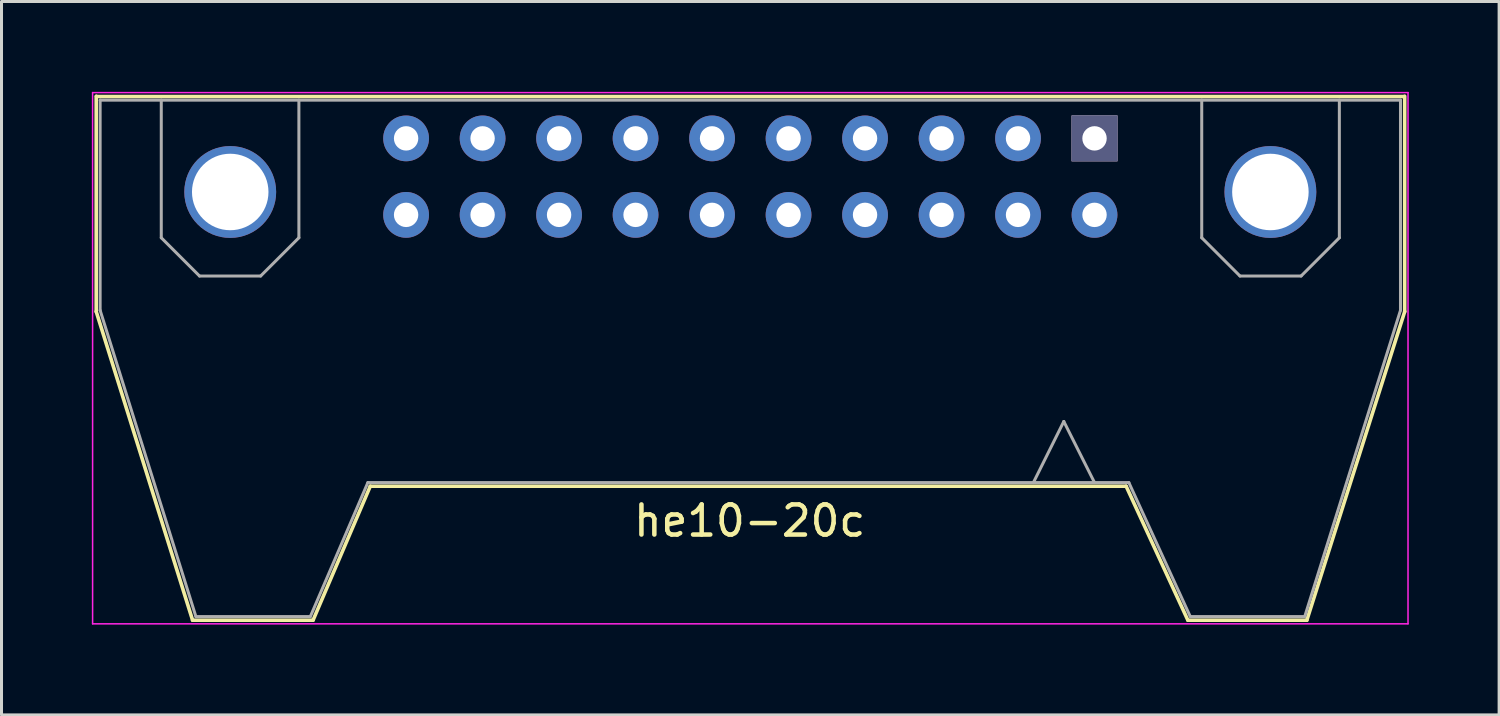
<source format=kicad_pcb>
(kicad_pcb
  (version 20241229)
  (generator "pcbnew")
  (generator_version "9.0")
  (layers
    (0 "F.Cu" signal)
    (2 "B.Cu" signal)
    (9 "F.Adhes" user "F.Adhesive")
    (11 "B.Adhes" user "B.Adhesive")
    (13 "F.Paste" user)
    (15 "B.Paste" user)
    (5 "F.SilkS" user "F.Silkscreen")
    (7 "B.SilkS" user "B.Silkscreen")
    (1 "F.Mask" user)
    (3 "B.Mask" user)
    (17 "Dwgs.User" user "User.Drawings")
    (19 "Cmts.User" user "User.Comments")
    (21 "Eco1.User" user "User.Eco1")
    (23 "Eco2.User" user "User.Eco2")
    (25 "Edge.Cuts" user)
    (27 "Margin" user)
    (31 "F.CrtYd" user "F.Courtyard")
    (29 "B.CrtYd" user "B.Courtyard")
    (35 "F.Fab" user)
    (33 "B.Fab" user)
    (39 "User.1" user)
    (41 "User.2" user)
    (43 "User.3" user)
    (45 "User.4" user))
  (footprint "he10-20c"
    (layer "F.Cu")
    (at 33.295 1.545)
    (property "Reference" "he10-20c" (at -11.45 12.7 0) (layer "F.SilkS") (effects (font (size 1 1) (thickness 0.15))))
    (attr through_hole)
    (fp_line (start -33.15 -1.4) (end -33.15 5.75) (stroke (width 0.12) (type solid)) (layer "F.SilkS"))
    (fp_line (start -33.15 5.75) (end -29.95 16) (stroke (width 0.12) (type solid)) (layer "F.SilkS"))
    (fp_line (start -33.14 -1.39) (end 10.28 -1.39) (stroke (width 0.12) (type solid)) (layer "F.SilkS"))
    (fp_line (start -29.95 16) (end -25.95 16) (stroke (width 0.12) (type solid)) (layer "F.SilkS"))
    (fp_line (start -25.95 16) (end -24.05 11.55) (stroke (width 0.12) (type solid)) (layer "F.SilkS"))
    (fp_line (start -24.05 11.55) (end 1.05 11.55) (stroke (width 0.12) (type solid)) (layer "F.SilkS"))
    (fp_line (start 1.05 11.55) (end 3.1 16) (stroke (width 0.12) (type solid)) (layer "F.SilkS"))
    (fp_line (start 3.1 16) (end 7.05 16) (stroke (width 0.12) (type solid)) (layer "F.SilkS"))
    (fp_line (start 7.05 16) (end 10.3 5.75) (stroke (width 0.12) (type solid)) (layer "F.SilkS"))
    (fp_line (start 10.3 5.75) (end 10.3 -1.4) (stroke (width 0.12) (type solid)) (layer "F.SilkS"))
    (fp_line (start -33.27 -1.52) (end -33.27 16.12) (stroke (width 0.05) (type solid)) (layer "F.CrtYd"))
    (fp_line (start -33.27 -1.52) (end 10.41 -1.52) (stroke (width 0.05) (type solid)) (layer "F.CrtYd"))
    (fp_line (start 10.41 16.12) (end -33.27 16.12) (stroke (width 0.05) (type solid)) (layer "F.CrtYd"))
    (fp_line (start 10.41 16.12) (end 10.41 -1.52) (stroke (width 0.05) (type solid)) (layer "F.CrtYd"))
    (fp_line (start -33.02 -1.27) (end -33.02 5.71) (stroke (width 0.1) (type solid)) (layer "F.Fab"))
    (fp_line (start -33.02 -1.27) (end 10.16 -1.27) (stroke (width 0.1) (type solid)) (layer "F.Fab"))
    (fp_line (start -33.02 5.71) (end -29.84 15.88) (stroke (width 0.1) (type solid)) (layer "F.Fab"))
    (fp_line (start -30.99 3.3) (end -30.99 -1.27) (stroke (width 0.1) (type solid)) (layer "F.Fab"))
    (fp_line (start -29.84 15.88) (end -26.04 15.88) (stroke (width 0.1) (type solid)) (layer "F.Fab"))
    (fp_line (start -29.72 4.57) (end -30.99 3.3) (stroke (width 0.1) (type solid)) (layer "F.Fab"))
    (fp_line (start -27.69 4.57) (end -29.72 4.57) (stroke (width 0.1) (type solid)) (layer "F.Fab"))
    (fp_line (start -26.42 -1.27) (end -26.42 3.3) (stroke (width 0.1) (type solid)) (layer "F.Fab"))
    (fp_line (start -26.42 3.3) (end -27.69 4.57) (stroke (width 0.1) (type solid)) (layer "F.Fab"))
    (fp_line (start -26.04 15.88) (end -24.13 11.43) (stroke (width 0.1) (type solid)) (layer "F.Fab"))
    (fp_line (start -24.13 11.43) (end 1.14 11.43) (stroke (width 0.1) (type solid)) (layer "F.Fab"))
    (fp_line (start -1.02 9.4) (end -2.03 11.43) (stroke (width 0.1) (type solid)) (layer "F.Fab"))
    (fp_line (start 0 11.43) (end -1.02 9.4) (stroke (width 0.1) (type solid)) (layer "F.Fab"))
    (fp_line (start 3.18 15.88) (end 1.14 11.43) (stroke (width 0.1) (type solid)) (layer "F.Fab"))
    (fp_line (start 3.56 3.3) (end 3.56 -1.27) (stroke (width 0.1) (type solid)) (layer "F.Fab"))
    (fp_line (start 4.83 4.57) (end 3.56 3.3) (stroke (width 0.1) (type solid)) (layer "F.Fab"))
    (fp_line (start 6.86 4.57) (end 4.83 4.57) (stroke (width 0.1) (type solid)) (layer "F.Fab"))
    (fp_line (start 6.98 15.88) (end 3.18 15.88) (stroke (width 0.1) (type solid)) (layer "F.Fab"))
    (fp_line (start 8.13 -1.27) (end 8.13 3.3) (stroke (width 0.1) (type solid)) (layer "F.Fab"))
    (fp_line (start 8.13 3.3) (end 6.86 4.57) (stroke (width 0.1) (type solid)) (layer "F.Fab"))
    (fp_line (start 10.16 -1.27) (end 10.16 5.71) (stroke (width 0.1) (type solid)) (layer "F.Fab"))
    (fp_line (start 10.16 5.71) (end 6.98 15.88) (stroke (width 0.1) (type solid)) (layer "F.Fab"))
    (pad "0" thru_hole circle (at -28.7 1.78) (size 3.05 3.05) (drill 2.54) (layers "*.Cu" "*.Mask"))
    (pad "0" thru_hole circle (at 5.84 1.78) (size 3.05 3.05) (drill 2.54) (layers "*.Cu" "*.Mask"))
    (pad "1" thru_hole rect (at 0 0) (size 1.52 1.52) (drill 0.81) (layers "*.Cu" "*.Mask" "*.Fab"))
    (pad "2" thru_hole circle (at 0 2.54) (size 1.52 1.52) (drill 0.81) (layers "*.Cu" "*.Mask"))
    (pad "3" thru_hole circle (at -2.54 0) (size 1.52 1.52) (drill 0.81) (layers "*.Cu" "*.Mask"))
    (pad "4" thru_hole circle (at -2.54 2.54) (size 1.52 1.52) (drill 0.81) (layers "*.Cu" "*.Mask"))
    (pad "5" thru_hole circle (at -5.08 0) (size 1.52 1.52) (drill 0.81) (layers "*.Cu" "*.Mask"))
    (pad "6" thru_hole circle (at -5.08 2.54) (size 1.52 1.52) (drill 0.81) (layers "*.Cu" "*.Mask"))
    (pad "7" thru_hole circle (at -7.62 0) (size 1.52 1.52) (drill 0.81) (layers "*.Cu" "*.Mask"))
    (pad "8" thru_hole circle (at -7.62 2.54) (size 1.52 1.52) (drill 0.81) (layers "*.Cu" "*.Mask"))
    (pad "9" thru_hole circle (at -10.16 0) (size 1.52 1.52) (drill 0.81) (layers "*.Cu" "*.Mask"))
    (pad "10" thru_hole circle (at -10.16 2.54) (size 1.52 1.52) (drill 0.81) (layers "*.Cu" "*.Mask"))
    (pad "11" thru_hole circle (at -12.7 0) (size 1.52 1.52) (drill 0.81) (layers "*.Cu" "*.Mask"))
    (pad "12" thru_hole circle (at -12.7 2.54) (size 1.52 1.52) (drill 0.81) (layers "*.Cu" "*.Mask"))
    (pad "13" thru_hole circle (at -15.24 0) (size 1.52 1.52) (drill 0.81) (layers "*.Cu" "*.Mask"))
    (pad "14" thru_hole circle (at -15.24 2.54) (size 1.52 1.52) (drill 0.81) (layers "*.Cu" "*.Mask"))
    (pad "15" thru_hole circle (at -17.78 0) (size 1.52 1.52) (drill 0.81) (layers "*.Cu" "*.Mask"))
    (pad "16" thru_hole circle (at -17.78 2.54) (size 1.52 1.52) (drill 0.81) (layers "*.Cu" "*.Mask"))
    (pad "17" thru_hole circle (at -20.32 0) (size 1.52 1.52) (drill 0.81) (layers "*.Cu" "*.Mask"))
    (pad "18" thru_hole circle (at -20.32 2.54) (size 1.52 1.52) (drill 0.81) (layers "*.Cu" "*.Mask"))
    (pad "19" thru_hole circle (at -22.86 0) (size 1.52 1.52) (drill 0.81) (layers "*.Cu" "*.Mask"))
    (pad "20" thru_hole circle (at -22.86 2.54) (size 1.52 1.52) (drill 0.81) (layers "*.Cu" "*.Mask")))
  (gr_rect
    (start -3 -3)
    (end 46.73 20.69)
    (stroke (width 0.1) (type default))
    (fill no)
    (layer "Edge.Cuts")))
</source>
